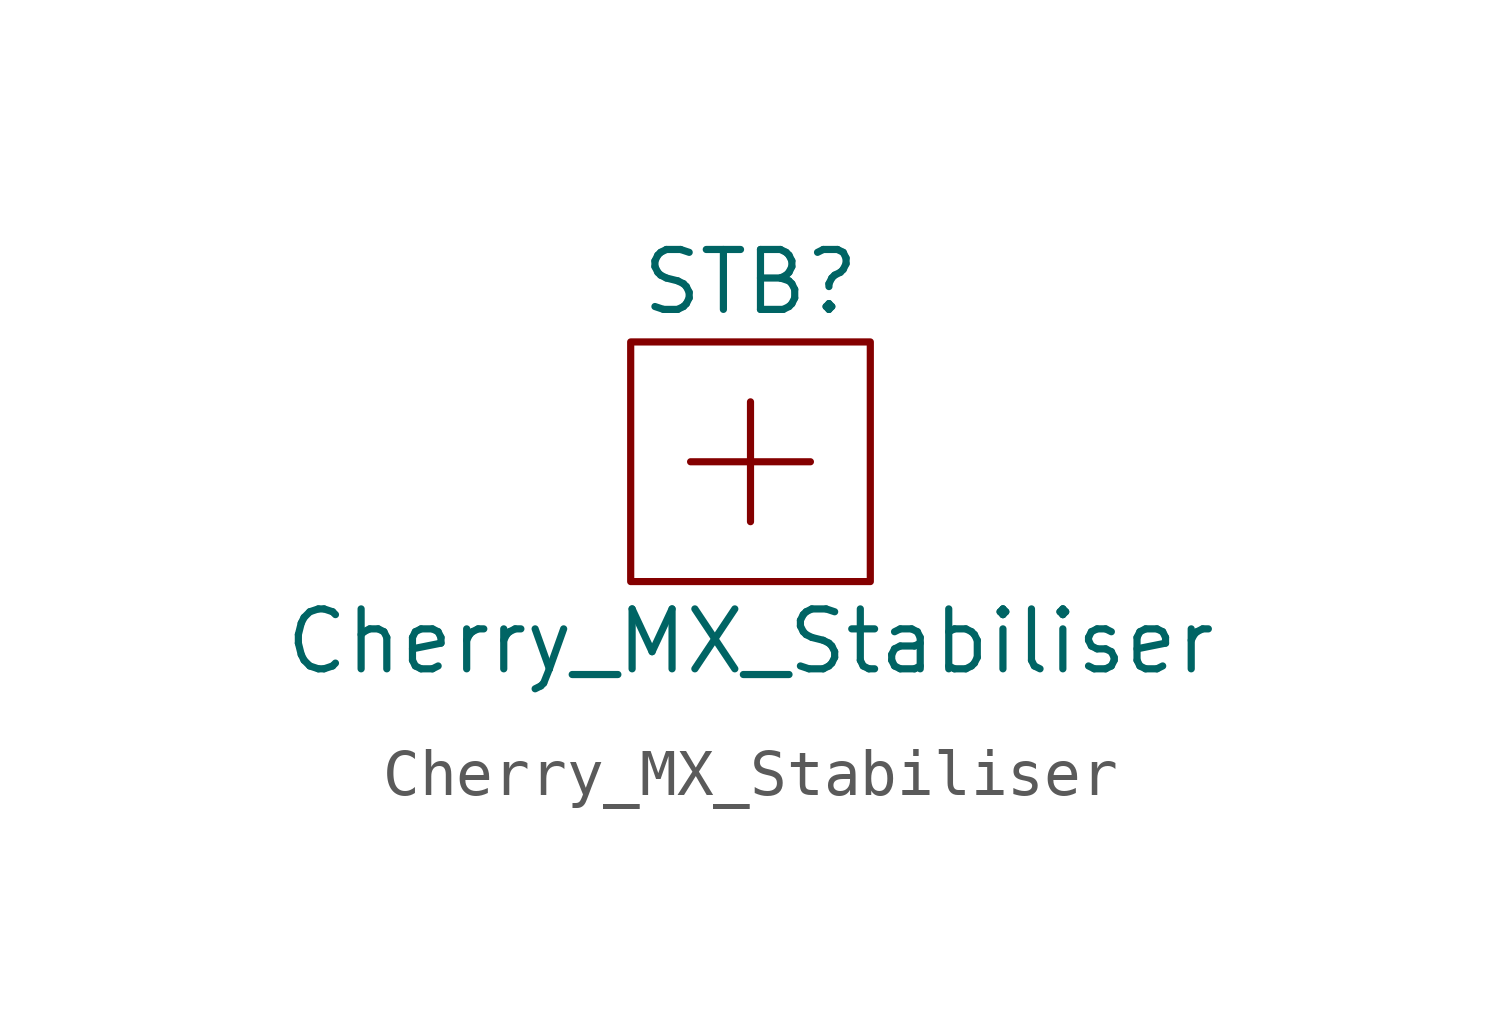
<source format=kicad_sym>
(kicad_symbol_lib
  (version 20211014)
  (generator kicad_symbol_editor)
  (symbol "Cherry_MX_Stabiliser"
    (pin_numbers hide)
    (pin_names
      (offset 1.016))
    (property "Reference" "STB"
      (at 0 3.81 0)
      (effects (font (size 1.27 1.27))))
    (property "Value" "Cherry_MX_Stabiliser"
      (at 0 -3.81 0)
      (effects (font (size 1.27 1.27))))
    (symbol "Cherry_MX_Stabiliser_0_1"
      (rectangle (start -2.54 2.54) (end 2.54 -2.54) (stroke (width 0) (type default) (color 0 0 0 0)) (fill (type none)))
      (polyline (pts (xy -1.27 0) (xy 1.27 0)) (stroke (width 0) (type default) (color 0 0 0 0)) (fill (type none)))
      (polyline (pts (xy 0 1.27) (xy 0 -1.27)) (stroke (width 0) (type default) (color 0 0 0 0)) (fill (type none))))))
</source>
